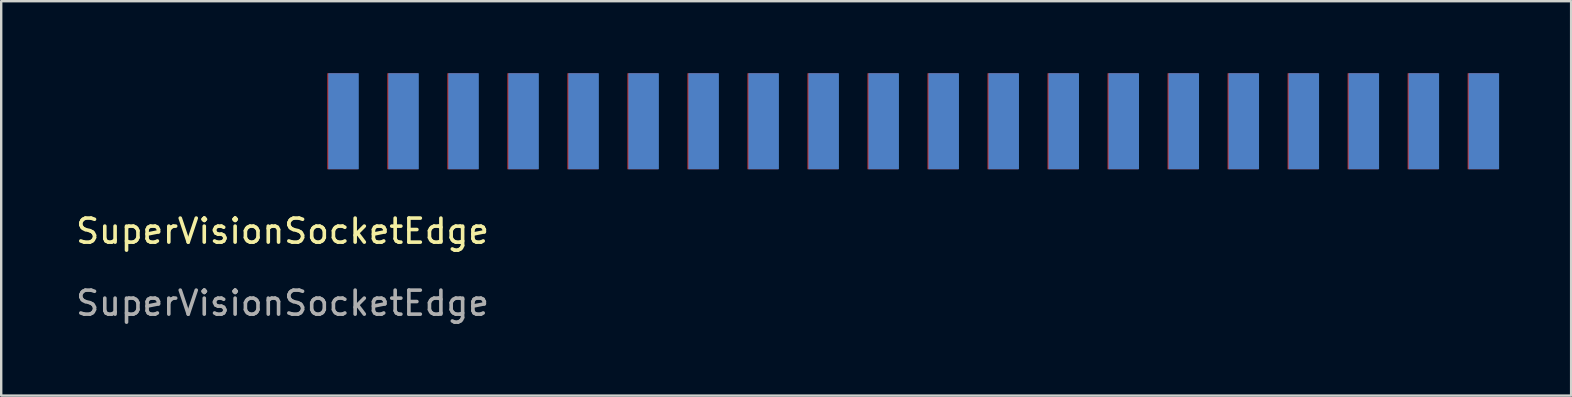
<source format=kicad_pcb>
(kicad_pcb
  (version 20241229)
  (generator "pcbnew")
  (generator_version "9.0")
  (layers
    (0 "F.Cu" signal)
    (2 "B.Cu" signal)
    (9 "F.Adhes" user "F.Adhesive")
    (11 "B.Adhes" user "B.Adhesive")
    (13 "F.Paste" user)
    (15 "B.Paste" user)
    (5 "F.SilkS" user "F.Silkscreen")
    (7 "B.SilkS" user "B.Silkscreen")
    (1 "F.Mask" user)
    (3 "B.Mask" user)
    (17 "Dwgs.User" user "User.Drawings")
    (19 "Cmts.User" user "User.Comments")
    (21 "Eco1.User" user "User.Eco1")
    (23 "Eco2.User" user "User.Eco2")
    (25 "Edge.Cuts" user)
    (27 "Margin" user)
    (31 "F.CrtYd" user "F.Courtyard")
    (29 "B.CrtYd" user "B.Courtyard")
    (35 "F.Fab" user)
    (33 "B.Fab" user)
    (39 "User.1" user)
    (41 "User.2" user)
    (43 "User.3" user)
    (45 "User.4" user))
  (footprint "SuperVisionSocketEdge"
    (layer "F.Cu")
    (at 8.72 7.08)
    (property "Reference" "SuperVisionSocketEdge" (at 0 -0.5 0) (unlocked yes) (layer "F.SilkS") (effects (font (size 1 1) (thickness 0.15))))
    (attr smd)
    (fp_text user "${REFERENCE}" (at 0 2.5 0) (unlocked yes) (layer "F.Fab") (effects (font (size 1 1) (thickness 0.15))))
    (pad "1" smd rect (at 2.5 -5.08) (size 1.27 4) (layers "F.Cu" "F.Mask" "F.Paste"))
    (pad "2" smd rect (at 5 -5.08) (size 1.27 4) (layers "F.Cu" "F.Mask" "F.Paste"))
    (pad "3" smd rect (at 7.5 -5.08) (size 1.27 4) (layers "F.Cu" "F.Mask" "F.Paste"))
    (pad "4" smd rect (at 10 -5.08) (size 1.27 4) (layers "F.Cu" "F.Mask" "F.Paste"))
    (pad "5" smd rect (at 12.5 -5.08) (size 1.27 4) (layers "F.Cu" "F.Mask" "F.Paste"))
    (pad "6" smd rect (at 15 -5.08) (size 1.27 4) (layers "F.Cu" "F.Mask" "F.Paste"))
    (pad "7" smd rect (at 17.5 -5.08) (size 1.27 4) (layers "F.Cu" "F.Mask" "F.Paste"))
    (pad "8" smd rect (at 20 -5.08) (size 1.27 4) (layers "F.Cu" "F.Mask" "F.Paste"))
    (pad "9" smd rect (at 22.5 -5.08) (size 1.27 4) (layers "F.Cu" "F.Mask" "F.Paste"))
    (pad "10" smd rect (at 25 -5.08) (size 1.27 4) (layers "F.Cu" "F.Mask" "F.Paste"))
    (pad "11" smd rect (at 27.5 -5.08) (size 1.27 4) (layers "F.Cu" "F.Mask" "F.Paste"))
    (pad "12" smd rect (at 30 -5.08) (size 1.27 4) (layers "F.Cu" "F.Mask" "F.Paste"))
    (pad "13" smd rect (at 32.5 -5.08) (size 1.27 4) (layers "F.Cu" "F.Mask" "F.Paste"))
    (pad "14" smd rect (at 35 -5.08) (size 1.27 4) (layers "F.Cu" "F.Mask" "F.Paste"))
    (pad "15" smd rect (at 37.5 -5.08) (size 1.27 4) (layers "F.Cu" "F.Mask" "F.Paste"))
    (pad "16" smd rect (at 40 -5.08) (size 1.27 4) (layers "F.Cu" "F.Mask" "F.Paste"))
    (pad "17" smd rect (at 42.5 -5.08) (size 1.27 4) (layers "F.Cu" "F.Mask" "F.Paste"))
    (pad "18" smd rect (at 45 -5.08) (size 1.27 4) (layers "F.Cu" "F.Mask" "F.Paste"))
    (pad "19" smd rect (at 47.5 -5.08) (size 1.27 4) (layers "F.Cu" "F.Mask" "F.Paste"))
    (pad "20" smd rect (at 50 -5.08) (size 1.27 4) (layers "F.Cu" "F.Mask" "F.Paste"))
    (pad "21" smd rect (at 50.04 -5.08) (size 1.27 4) (layers "B.Cu" "B.Mask" "B.Paste"))
    (pad "22" smd rect (at 47.54 -5.08) (size 1.27 4) (layers "B.Cu" "B.Mask" "B.Paste"))
    (pad "23" smd rect (at 45.04 -5.08) (size 1.27 4) (layers "B.Cu" "B.Mask" "B.Paste"))
    (pad "24" smd rect (at 42.54 -5.08) (size 1.27 4) (layers "B.Cu" "B.Mask" "B.Paste"))
    (pad "25" smd rect (at 40.04 -5.08) (size 1.27 4) (layers "B.Cu" "B.Mask" "B.Paste"))
    (pad "26" smd rect (at 37.54 -5.08) (size 1.27 4) (layers "B.Cu" "B.Mask" "B.Paste"))
    (pad "27" smd rect (at 35.04 -5.08) (size 1.27 4) (layers "B.Cu" "B.Mask" "B.Paste"))
    (pad "28" smd rect (at 32.54 -5.08) (size 1.27 4) (layers "B.Cu" "B.Mask" "B.Paste"))
    (pad "29" smd rect (at 30.04 -5.08) (size 1.27 4) (layers "B.Cu" "B.Mask" "B.Paste"))
    (pad "30" smd rect (at 27.54 -5.08) (size 1.27 4) (layers "B.Cu" "B.Mask" "B.Paste"))
    (pad "31" smd rect (at 25.04 -5.08) (size 1.27 4) (layers "B.Cu" "B.Mask" "B.Paste"))
    (pad "32" smd rect (at 22.54 -5.08) (size 1.27 4) (layers "B.Cu" "B.Mask" "B.Paste"))
    (pad "33" smd rect (at 20.04 -5.08) (size 1.27 4) (layers "B.Cu" "B.Mask" "B.Paste"))
    (pad "34" smd rect (at 17.54 -5.08) (size 1.27 4) (layers "B.Cu" "B.Mask" "B.Paste"))
    (pad "35" smd rect (at 15.04 -5.08) (size 1.27 4) (layers "B.Cu" "B.Mask" "B.Paste"))
    (pad "36" smd rect (at 12.54 -5.08) (size 1.27 4) (layers "B.Cu" "B.Mask" "B.Paste"))
    (pad "37" smd rect (at 10.04 -5.08) (size 1.27 4) (layers "B.Cu" "B.Mask" "B.Paste"))
    (pad "38" smd rect (at 7.54 -5.08) (size 1.27 4) (layers "B.Cu" "B.Mask" "B.Paste"))
    (pad "39" smd rect (at 5.04 -5.08) (size 1.27 4) (layers "B.Cu" "B.Mask" "B.Paste"))
    (pad "40" smd rect (at 2.54 -5.08) (size 1.27 4) (layers "B.Cu" "B.Mask" "B.Paste")))
  (gr_rect
    (start -3 -3)
    (end 62.395 13.428)
    (stroke (width 0.1) (type default))
    (fill no)
    (layer "Edge.Cuts")))
</source>
